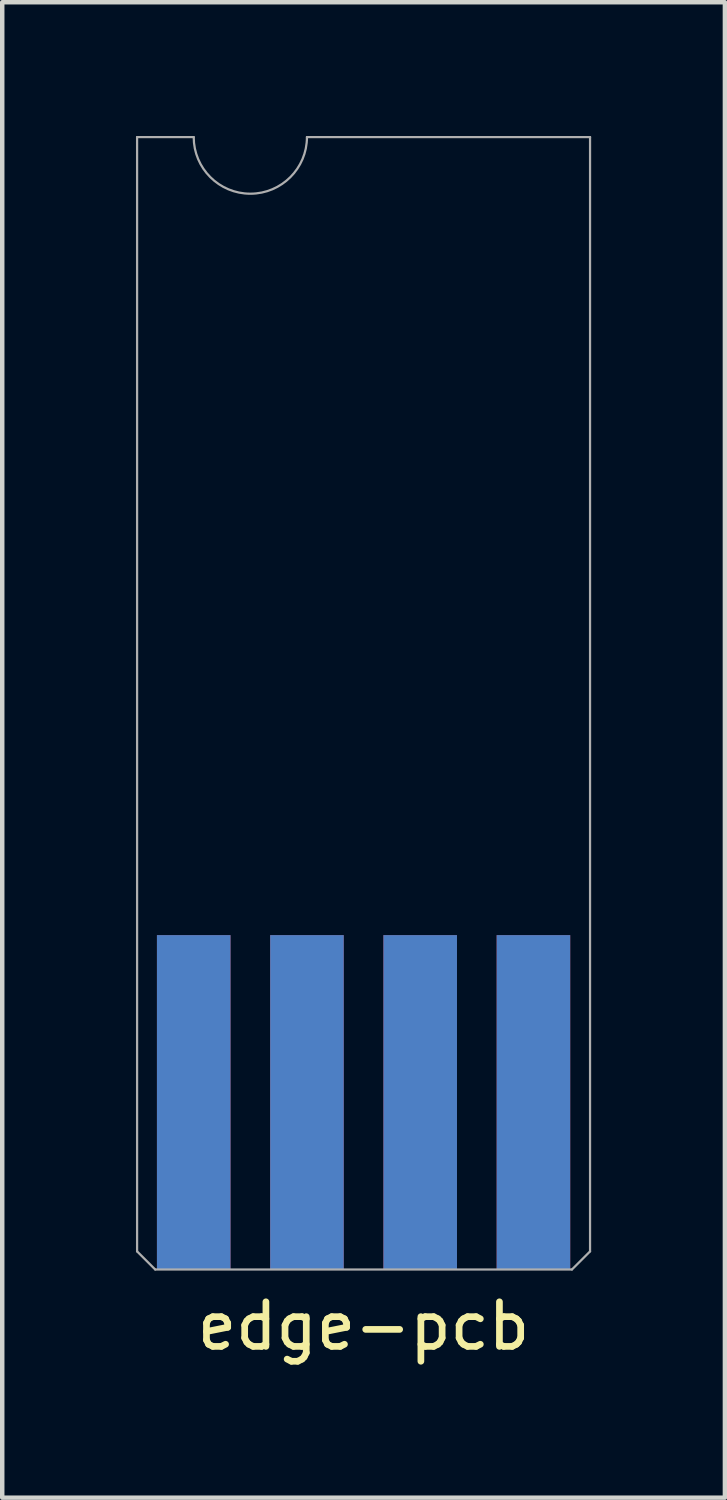
<source format=kicad_pcb>
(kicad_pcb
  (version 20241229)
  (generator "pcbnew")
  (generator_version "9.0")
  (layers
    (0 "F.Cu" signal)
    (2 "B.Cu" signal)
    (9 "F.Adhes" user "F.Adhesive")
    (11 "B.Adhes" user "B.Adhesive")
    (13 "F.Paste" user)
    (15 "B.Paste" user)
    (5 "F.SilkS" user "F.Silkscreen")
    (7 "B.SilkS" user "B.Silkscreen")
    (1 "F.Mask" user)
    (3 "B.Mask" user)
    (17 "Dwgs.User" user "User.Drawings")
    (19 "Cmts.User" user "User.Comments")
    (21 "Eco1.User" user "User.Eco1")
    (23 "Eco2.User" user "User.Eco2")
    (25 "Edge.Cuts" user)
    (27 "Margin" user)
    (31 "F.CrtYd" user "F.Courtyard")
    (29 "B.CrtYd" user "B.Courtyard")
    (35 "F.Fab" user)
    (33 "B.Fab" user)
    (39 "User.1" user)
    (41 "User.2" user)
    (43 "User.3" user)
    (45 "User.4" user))
  (footprint "edge-pcb"
    (layer "F.Cu")
    (at 5.105 25.425)
    (property "Reference" "edge-pcb" (at 0 1.27 0) (layer "F.SilkS") (effects (font (size 1 1) (thickness 0.15))))
    (attr through_hole)
    (fp_line (start -5.08 -25.4) (end -5.08 -0.406) (stroke (width 0.05) (type solid)) (layer "F.Fab"))
    (fp_line (start -5.08 -25.4) (end -3.81 -25.4) (stroke (width 0.05) (type solid)) (layer "F.Fab"))
    (fp_line (start -4.674 0) (end -5.08 -0.406) (stroke (width 0.05) (type solid)) (layer "F.Fab"))
    (fp_line (start 4.674 0) (end -4.674 0) (stroke (width 0.05) (type solid)) (layer "F.Fab"))
    (fp_line (start 4.674 0) (end 5.08 -0.406) (stroke (width 0.05) (type solid)) (layer "F.Fab"))
    (fp_line (start 5.08 -25.4) (end -1.27 -25.4) (stroke (width 0.05) (type solid)) (layer "F.Fab"))
    (fp_line (start 5.08 -25.4) (end 5.08 -0.406) (stroke (width 0.05) (type solid)) (layer "F.Fab"))
    (fp_arc (start -1.27 -25.4) (mid -2.54 -24.13) (end -3.81 -25.4) (stroke (width 0.05) (type solid)) (layer "F.Fab"))
    (pad "1" smd rect (at -3.81 -3.75) (size 1.65 7.5) (layers "F.Cu" "F.Mask" "F.Paste"))
    (pad "2" smd rect (at -3.81 -3.75) (size 1.65 7.5) (layers "B.Cu" "B.Mask" "B.Paste"))
    (pad "3" smd rect (at -1.27 -3.75) (size 1.65 7.5) (layers "F.Cu" "F.Mask" "F.Paste"))
    (pad "4" smd rect (at -1.27 -3.75) (size 1.65 7.5) (layers "B.Cu" "B.Mask" "B.Paste"))
    (pad "5" smd rect (at 1.27 -3.75) (size 1.65 7.5) (layers "F.Cu" "F.Mask" "F.Paste"))
    (pad "6" smd rect (at 1.27 -3.75) (size 1.65 7.5) (layers "B.Cu" "B.Mask" "B.Paste"))
    (pad "7" smd rect (at 3.81 -3.75) (size 1.65 7.5) (layers "F.Cu" "F.Mask" "F.Paste"))
    (pad "8" smd rect (at 3.81 -3.75) (size 1.65 7.5) (layers "B.Cu" "B.Mask" "B.Paste")))
  (gr_rect
    (start -3 -3)
    (end 13.21 30.543)
    (stroke (width 0.1) (type default))
    (fill no)
    (layer "Edge.Cuts")))
</source>
